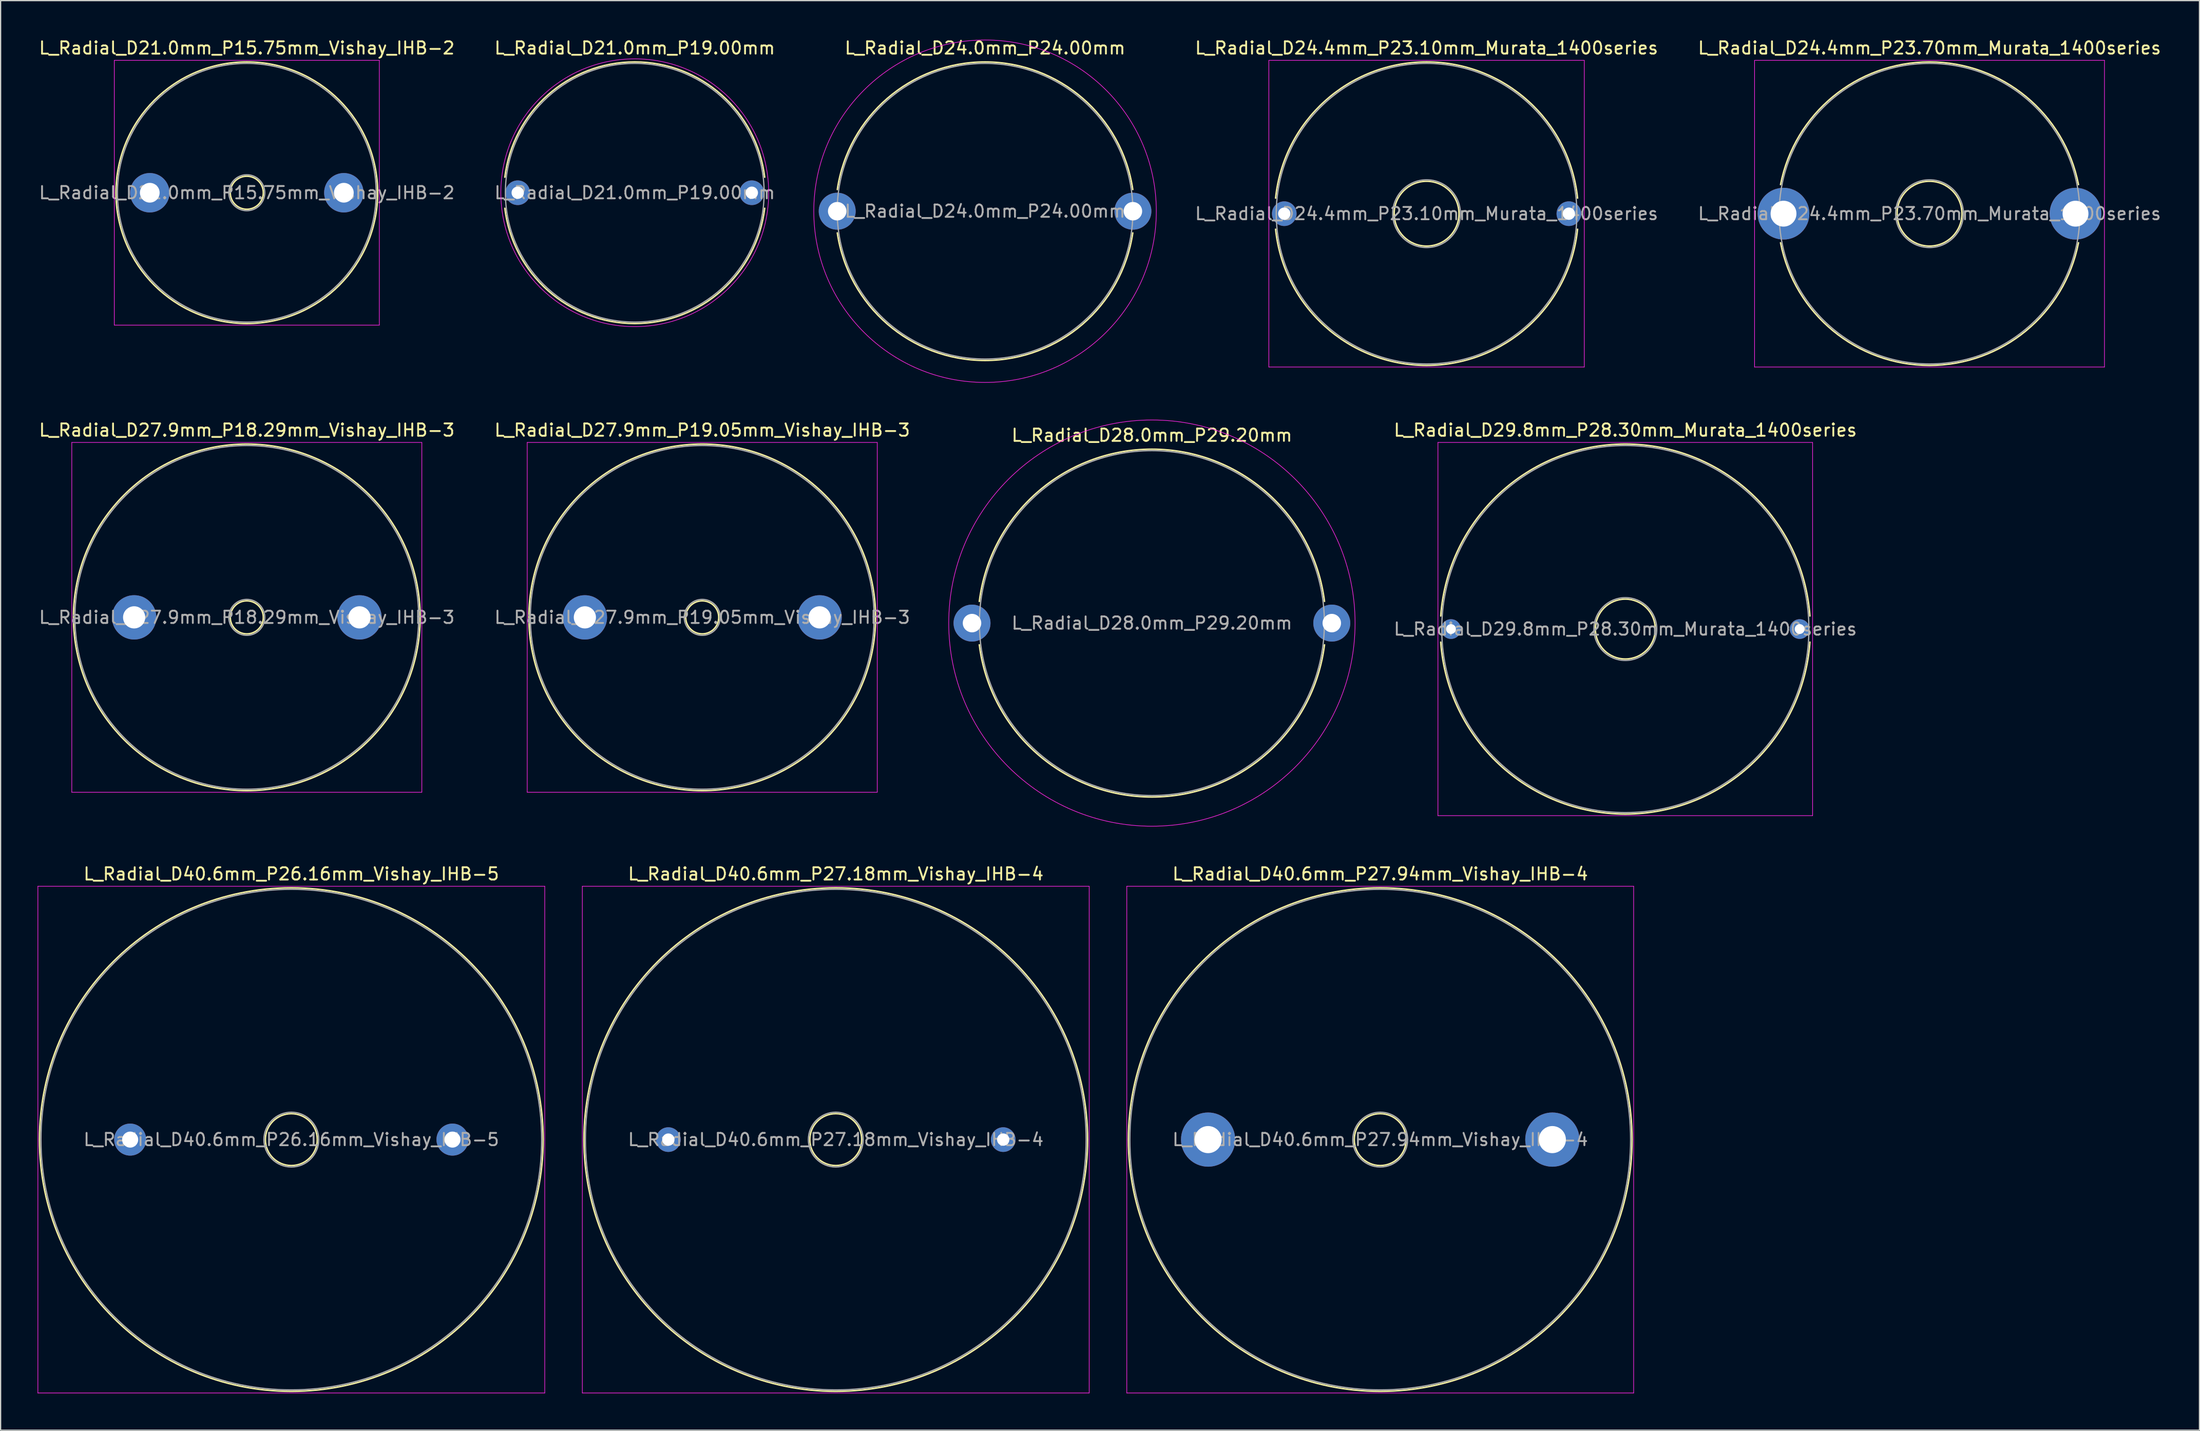
<source format=kicad_pcb>
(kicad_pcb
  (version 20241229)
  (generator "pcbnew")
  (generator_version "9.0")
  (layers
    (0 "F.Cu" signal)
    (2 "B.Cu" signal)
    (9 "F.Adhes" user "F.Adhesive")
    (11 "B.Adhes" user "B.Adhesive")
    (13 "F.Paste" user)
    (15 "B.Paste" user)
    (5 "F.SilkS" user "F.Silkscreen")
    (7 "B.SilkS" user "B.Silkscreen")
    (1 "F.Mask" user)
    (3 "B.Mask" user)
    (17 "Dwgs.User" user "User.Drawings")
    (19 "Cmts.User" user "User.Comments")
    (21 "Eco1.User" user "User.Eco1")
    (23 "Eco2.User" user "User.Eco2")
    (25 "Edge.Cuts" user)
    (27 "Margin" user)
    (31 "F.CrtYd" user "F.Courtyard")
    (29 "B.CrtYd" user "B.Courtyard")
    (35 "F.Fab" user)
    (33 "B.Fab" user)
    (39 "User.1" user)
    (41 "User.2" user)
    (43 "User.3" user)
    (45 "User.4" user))
  (footprint "L_Radial_D21.0mm_P15.75mm_Vishay_IHB-2"
    (layer "F.Cu")
    (at 9.107 12.598)
    (property "Reference" "L_Radial_D21.0mm_P15.75mm_Vishay_IHB-2" (at 7.875 -11.75 0) (layer "F.SilkS") (effects (font (size 1 1) (thickness 0.15))))
    (attr through_hole)
    (fp_circle (center 7.875 0) (end 9.215 0) (stroke (width 0.12) (type solid)) (fill no) (layer "F.SilkS"))
    (fp_circle (center 7.875 0) (end 18.495 0) (stroke (width 0.12) (type solid)) (fill no) (layer "F.SilkS"))
    (fp_line (start -2.88 -10.75) (end -2.88 10.75) (stroke (width 0.05) (type solid)) (layer "F.CrtYd"))
    (fp_line (start -2.88 10.75) (end 18.63 10.75) (stroke (width 0.05) (type solid)) (layer "F.CrtYd"))
    (fp_line (start 18.63 -10.75) (end -2.88 -10.75) (stroke (width 0.05) (type solid)) (layer "F.CrtYd"))
    (fp_line (start 18.63 10.75) (end 18.63 -10.75) (stroke (width 0.05) (type solid)) (layer "F.CrtYd"))
    (fp_circle (center 7.875 0) (end 9.335 0) (stroke (width 0.1) (type solid)) (fill no) (layer "F.Fab"))
    (fp_circle (center 7.875 0) (end 18.375 0) (stroke (width 0.1) (type solid)) (fill no) (layer "F.Fab"))
    (fp_text user "${REFERENCE}" (at 7.875 0 0) (layer "F.Fab") (effects (font (size 1 1) (thickness 0.15))))
    (pad "1" thru_hole circle (at 0 0) (size 3.2 3.2) (drill 1.6) (layers "*.Cu" "*.Mask"))
    (pad "2" thru_hole circle (at 15.75 0) (size 3.2 3.2) (drill 1.6) (layers "*.Cu" "*.Mask")))
  (footprint "L_Radial_D24.4mm_P23.70mm_Murata_1400series"
    (layer "F.Cu")
    (at 141.708 14.298)
    (property "Reference" "L_Radial_D24.4mm_P23.70mm_Murata_1400series" (at 11.85 -13.45 0) (layer "F.SilkS") (effects (font (size 1 1) (thickness 0.15))))
    (attr through_hole)
    (fp_arc (start -0.241848 -2.36) (mid 11.85 -12.32) (end 23.941848 -2.36) (stroke (width 0.12) (type solid)) (layer "F.SilkS"))
    (fp_arc (start 23.941848 2.36) (mid 11.85 12.32) (end -0.241848 2.36) (stroke (width 0.12) (type solid)) (layer "F.SilkS"))
    (fp_circle (center 11.85 0) (end 14.48 0) (stroke (width 0.12) (type solid)) (fill no) (layer "F.SilkS"))
    (fp_line (start -2.35 -12.45) (end -2.35 12.45) (stroke (width 0.05) (type solid)) (layer "F.CrtYd"))
    (fp_line (start -2.35 12.45) (end 26.05 12.45) (stroke (width 0.05) (type solid)) (layer "F.CrtYd"))
    (fp_line (start 26.05 -12.45) (end -2.35 -12.45) (stroke (width 0.05) (type solid)) (layer "F.CrtYd"))
    (fp_line (start 26.05 12.45) (end 26.05 -12.45) (stroke (width 0.05) (type solid)) (layer "F.CrtYd"))
    (fp_circle (center 11.85 0) (end 14.6 0) (stroke (width 0.1) (type solid)) (fill no) (layer "F.Fab"))
    (fp_circle (center 11.85 0) (end 24.05 0) (stroke (width 0.1) (type solid)) (fill no) (layer "F.Fab"))
    (fp_text user "${REFERENCE}" (at 11.85 0 0) (layer "F.Fab") (effects (font (size 1 1) (thickness 0.15))))
    (pad "1" thru_hole circle (at 0 0) (size 4.2 4.2) (drill 2.1) (layers "*.Cu" "*.Mask"))
    (pad "2" thru_hole circle (at 23.7 0) (size 4.2 4.2) (drill 2.1) (layers "*.Cu" "*.Mask")))
  (footprint "L_Radial_D40.6mm_P27.94mm_Vishay_IHB-4"
    (layer "F.Cu")
    (at 95.005 89.472)
    (property "Reference" "L_Radial_D40.6mm_P27.94mm_Vishay_IHB-4" (at 13.97 -21.57 0) (layer "F.SilkS") (effects (font (size 1 1) (thickness 0.15))))
    (attr through_hole)
    (fp_circle (center 13.97 0) (end 16.075 0) (stroke (width 0.12) (type solid)) (fill no) (layer "F.SilkS"))
    (fp_circle (center 13.97 0) (end 34.41 0) (stroke (width 0.12) (type solid)) (fill no) (layer "F.SilkS"))
    (fp_line (start -6.6 -20.57) (end -6.6 20.57) (stroke (width 0.05) (type solid)) (layer "F.CrtYd"))
    (fp_line (start -6.6 20.57) (end 34.54 20.57) (stroke (width 0.05) (type solid)) (layer "F.CrtYd"))
    (fp_line (start 34.54 -20.57) (end -6.6 -20.57) (stroke (width 0.05) (type solid)) (layer "F.CrtYd"))
    (fp_line (start 34.54 20.57) (end 34.54 -20.57) (stroke (width 0.05) (type solid)) (layer "F.CrtYd"))
    (fp_circle (center 13.97 0) (end 16.195 0) (stroke (width 0.1) (type solid)) (fill no) (layer "F.Fab"))
    (fp_circle (center 13.97 0) (end 34.29 0) (stroke (width 0.1) (type solid)) (fill no) (layer "F.Fab"))
    (fp_text user "${REFERENCE}" (at 13.97 0 0) (layer "F.Fab") (effects (font (size 1 1) (thickness 0.15))))
    (pad "1" thru_hole circle (at 0 0) (size 4.4 4.4) (drill 2.2) (layers "*.Cu" "*.Mask"))
    (pad "2" thru_hole circle (at 27.94 0) (size 4.4 4.4) (drill 2.2) (layers "*.Cu" "*.Mask")))
  (footprint "L_Radial_D28.0mm_P29.20mm"
    (layer "F.Cu")
    (at 75.844 47.538)
    (property "Reference" "L_Radial_D28.0mm_P29.20mm" (at 14.6 -15.25 0) (layer "F.SilkS") (effects (font (size 1 1) (thickness 0.15))))
    (attr through_hole)
    (fp_arc (start 0.590118 -1.76) (mid 14.6 -14.12) (end 28.609882 -1.76) (stroke (width 0.12) (type solid)) (layer "F.SilkS"))
    (fp_arc (start 28.609882 1.76) (mid 14.6 14.12) (end 0.590118 1.76) (stroke (width 0.12) (type solid)) (layer "F.SilkS"))
    (fp_circle (center 14.6 0) (end 31.09 0) (stroke (width 0.05) (type solid)) (fill no) (layer "F.CrtYd"))
    (fp_circle (center 14.6 0) (end 28.6 0) (stroke (width 0.1) (type solid)) (fill no) (layer "F.Fab"))
    (fp_text user "${REFERENCE}" (at 14.6 0 0) (layer "F.Fab") (effects (font (size 1 1) (thickness 0.15))))
    (pad "1" thru_hole circle (at 0 0) (size 3 3) (drill 1.5) (layers "*.Cu" "*.Mask"))
    (pad "2" thru_hole circle (at 29.2 0) (size 3 3) (drill 1.5) (layers "*.Cu" "*.Mask")))
  (footprint "L_Radial_D40.6mm_P26.16mm_Vishay_IHB-5"
    (layer "F.Cu")
    (at 7.515 89.472)
    (property "Reference" "L_Radial_D40.6mm_P26.16mm_Vishay_IHB-5" (at 13.08 -21.57 0) (layer "F.SilkS") (effects (font (size 1 1) (thickness 0.15))))
    (attr through_hole)
    (fp_circle (center 13.08 0) (end 15.185 0) (stroke (width 0.12) (type solid)) (fill no) (layer "F.SilkS"))
    (fp_circle (center 13.08 0) (end 33.52 0) (stroke (width 0.12) (type solid)) (fill no) (layer "F.SilkS"))
    (fp_line (start -7.49 -20.57) (end -7.49 20.57) (stroke (width 0.05) (type solid)) (layer "F.CrtYd"))
    (fp_line (start -7.49 20.57) (end 33.65 20.57) (stroke (width 0.05) (type solid)) (layer "F.CrtYd"))
    (fp_line (start 33.65 -20.57) (end -7.49 -20.57) (stroke (width 0.05) (type solid)) (layer "F.CrtYd"))
    (fp_line (start 33.65 20.57) (end 33.65 -20.57) (stroke (width 0.05) (type solid)) (layer "F.CrtYd"))
    (fp_circle (center 13.08 0) (end 15.305 0) (stroke (width 0.1) (type solid)) (fill no) (layer "F.Fab"))
    (fp_circle (center 13.08 0) (end 33.4 0) (stroke (width 0.1) (type solid)) (fill no) (layer "F.Fab"))
    (fp_text user "${REFERENCE}" (at 13.08 0 0) (layer "F.Fab") (effects (font (size 1 1) (thickness 0.15))))
    (pad "1" thru_hole circle (at 0 0) (size 2.6 2.6) (drill 1.3) (layers "*.Cu" "*.Mask"))
    (pad "2" thru_hole circle (at 26.16 0) (size 2.6 2.6) (drill 1.3) (layers "*.Cu" "*.Mask")))
  (footprint "L_Radial_D24.4mm_P23.10mm_Murata_1400series"
    (layer "F.Cu")
    (at 101.187 14.298)
    (property "Reference" "L_Radial_D24.4mm_P23.10mm_Murata_1400series" (at 11.55 -13.45 0) (layer "F.SilkS") (effects (font (size 1 1) (thickness 0.15))))
    (attr through_hole)
    (fp_arc (start -0.705399 -1.26) (mid 11.55 -12.32) (end 23.805399 -1.26) (stroke (width 0.12) (type solid)) (layer "F.SilkS"))
    (fp_arc (start 23.805399 1.26) (mid 11.55 12.32) (end -0.705399 1.26) (stroke (width 0.12) (type solid)) (layer "F.SilkS"))
    (fp_circle (center 11.55 0) (end 14.18 0) (stroke (width 0.12) (type solid)) (fill no) (layer "F.SilkS"))
    (fp_line (start -1.25 -12.45) (end -1.25 12.45) (stroke (width 0.05) (type solid)) (layer "F.CrtYd"))
    (fp_line (start -1.25 12.45) (end 24.35 12.45) (stroke (width 0.05) (type solid)) (layer "F.CrtYd"))
    (fp_line (start 24.35 -12.45) (end -1.25 -12.45) (stroke (width 0.05) (type solid)) (layer "F.CrtYd"))
    (fp_line (start 24.35 12.45) (end 24.35 -12.45) (stroke (width 0.05) (type solid)) (layer "F.CrtYd"))
    (fp_circle (center 11.55 0) (end 14.3 0) (stroke (width 0.1) (type solid)) (fill no) (layer "F.Fab"))
    (fp_circle (center 11.55 0) (end 23.75 0) (stroke (width 0.1) (type solid)) (fill no) (layer "F.Fab"))
    (fp_text user "${REFERENCE}" (at 11.55 0 0) (layer "F.Fab") (effects (font (size 1 1) (thickness 0.15))))
    (pad "1" thru_hole circle (at 0 0) (size 2 2) (drill 1) (layers "*.Cu" "*.Mask"))
    (pad "2" thru_hole circle (at 23.1 0) (size 2 2) (drill 1) (layers "*.Cu" "*.Mask")))
  (footprint "L_Radial_D40.6mm_P27.18mm_Vishay_IHB-4"
    (layer "F.Cu")
    (at 51.195 89.472)
    (property "Reference" "L_Radial_D40.6mm_P27.18mm_Vishay_IHB-4" (at 13.59 -21.57 0) (layer "F.SilkS") (effects (font (size 1 1) (thickness 0.15))))
    (attr through_hole)
    (fp_circle (center 13.59 0) (end 15.695 0) (stroke (width 0.12) (type solid)) (fill no) (layer "F.SilkS"))
    (fp_circle (center 13.59 0) (end 34.03 0) (stroke (width 0.12) (type solid)) (fill no) (layer "F.SilkS"))
    (fp_line (start -6.98 -20.57) (end -6.98 20.57) (stroke (width 0.05) (type solid)) (layer "F.CrtYd"))
    (fp_line (start -6.98 20.57) (end 34.16 20.57) (stroke (width 0.05) (type solid)) (layer "F.CrtYd"))
    (fp_line (start 34.16 -20.57) (end -6.98 -20.57) (stroke (width 0.05) (type solid)) (layer "F.CrtYd"))
    (fp_line (start 34.16 20.57) (end 34.16 -20.57) (stroke (width 0.05) (type solid)) (layer "F.CrtYd"))
    (fp_circle (center 13.59 0) (end 15.815 0) (stroke (width 0.1) (type solid)) (fill no) (layer "F.Fab"))
    (fp_circle (center 13.59 0) (end 33.91 0) (stroke (width 0.1) (type solid)) (fill no) (layer "F.Fab"))
    (fp_text user "${REFERENCE}" (at 13.59 0 0) (layer "F.Fab") (effects (font (size 1 1) (thickness 0.15))))
    (pad "1" thru_hole circle (at 0 0) (size 2 2) (drill 1) (layers "*.Cu" "*.Mask"))
    (pad "2" thru_hole circle (at 27.18 0) (size 2 2) (drill 1) (layers "*.Cu" "*.Mask")))
  (footprint "L_Radial_D27.9mm_P18.29mm_Vishay_IHB-3"
    (layer "F.Cu")
    (at 7.837 47.072)
    (property "Reference" "L_Radial_D27.9mm_P18.29mm_Vishay_IHB-3" (at 9.145 -15.2 0) (layer "F.SilkS") (effects (font (size 1 1) (thickness 0.15))))
    (attr through_hole)
    (fp_circle (center 9.145 0) (end 10.485 0) (stroke (width 0.12) (type solid)) (fill no) (layer "F.SilkS"))
    (fp_circle (center 9.145 0) (end 23.215 0) (stroke (width 0.12) (type solid)) (fill no) (layer "F.SilkS"))
    (fp_line (start -5.06 -14.2) (end -5.06 14.2) (stroke (width 0.05) (type solid)) (layer "F.CrtYd"))
    (fp_line (start -5.06 14.2) (end 23.35 14.2) (stroke (width 0.05) (type solid)) (layer "F.CrtYd"))
    (fp_line (start 23.35 -14.2) (end -5.06 -14.2) (stroke (width 0.05) (type solid)) (layer "F.CrtYd"))
    (fp_line (start 23.35 14.2) (end 23.35 -14.2) (stroke (width 0.05) (type solid)) (layer "F.CrtYd"))
    (fp_circle (center 9.145 0) (end 10.605 0) (stroke (width 0.1) (type solid)) (fill no) (layer "F.Fab"))
    (fp_circle (center 9.145 0) (end 23.095 0) (stroke (width 0.1) (type solid)) (fill no) (layer "F.Fab"))
    (fp_text user "${REFERENCE}" (at 9.145 0 0) (layer "F.Fab") (effects (font (size 1 1) (thickness 0.15))))
    (pad "1" thru_hole circle (at 0 0) (size 3.6 3.6) (drill 1.8) (layers "*.Cu" "*.Mask"))
    (pad "2" thru_hole circle (at 18.29 0) (size 3.6 3.6) (drill 1.8) (layers "*.Cu" "*.Mask")))
  (footprint "L_Radial_D21.0mm_P19.00mm"
    (layer "F.Cu")
    (at 38.97 12.598)
    (property "Reference" "L_Radial_D21.0mm_P19.00mm" (at 9.5 -11.75 0) (layer "F.SilkS") (effects (font (size 1 1) (thickness 0.15))))
    (attr through_hole)
    (fp_arc (start -1.044989 -1.26) (mid 9.5 -10.62) (end 20.044989 -1.26) (stroke (width 0.12) (type solid)) (layer "F.SilkS"))
    (fp_arc (start 20.044989 1.26) (mid 9.5 10.62) (end -1.044989 1.26) (stroke (width 0.12) (type solid)) (layer "F.SilkS"))
    (fp_circle (center 9.5 0) (end 20.37 0) (stroke (width 0.05) (type solid)) (fill no) (layer "F.CrtYd"))
    (fp_circle (center 9.5 0) (end 20 0) (stroke (width 0.1) (type solid)) (fill no) (layer "F.Fab"))
    (fp_text user "${REFERENCE}" (at 9.5 0 0) (layer "F.Fab") (effects (font (size 1 1) (thickness 0.15))))
    (pad "1" thru_hole circle (at 0 0) (size 2 2) (drill 1) (layers "*.Cu" "*.Mask"))
    (pad "2" thru_hole circle (at 19 0) (size 2 2) (drill 1) (layers "*.Cu" "*.Mask")))
  (footprint "L_Radial_D24.0mm_P24.00mm"
    (layer "F.Cu")
    (at 64.901 14.098)
    (property "Reference" "L_Radial_D24.0mm_P24.00mm" (at 12 -13.25 0) (layer "F.SilkS") (effects (font (size 1 1) (thickness 0.15))))
    (attr through_hole)
    (fp_arc (start 0.00847 -1.76) (mid 12 -12.12) (end 23.99153 -1.76) (stroke (width 0.12) (type solid)) (layer "F.SilkS"))
    (fp_arc (start 23.99153 1.76) (mid 12 12.12) (end 0.00847 1.76) (stroke (width 0.12) (type solid)) (layer "F.SilkS"))
    (fp_circle (center 12 0) (end 25.9 0) (stroke (width 0.05) (type solid)) (fill no) (layer "F.CrtYd"))
    (fp_circle (center 12 0) (end 24 0) (stroke (width 0.1) (type solid)) (fill no) (layer "F.Fab"))
    (fp_text user "${REFERENCE}" (at 12 0 0) (layer "F.Fab") (effects (font (size 1 1) (thickness 0.15))))
    (pad "1" thru_hole circle (at 0 0) (size 3 3) (drill 1.5) (layers "*.Cu" "*.Mask"))
    (pad "2" thru_hole circle (at 24 0) (size 3 3) (drill 1.5) (layers "*.Cu" "*.Mask")))
  (footprint "L_Radial_D29.8mm_P28.30mm_Murata_1400series"
    (layer "F.Cu")
    (at 114.719 48.022)
    (property "Reference" "L_Radial_D29.8mm_P28.30mm_Murata_1400series" (at 14.15 -16.15 0) (layer "F.SilkS") (effects (font (size 1 1) (thickness 0.15))))
    (attr through_hole)
    (fp_arc (start -0.83255 -1.06) (mid 14.15 -15.02) (end 29.13255 -1.06) (stroke (width 0.12) (type solid)) (layer "F.SilkS"))
    (fp_arc (start 29.13255 1.06) (mid 14.15 15.02) (end -0.83255 1.06) (stroke (width 0.12) (type solid)) (layer "F.SilkS"))
    (fp_circle (center 14.15 0) (end 16.58 0) (stroke (width 0.12) (type solid)) (fill no) (layer "F.SilkS"))
    (fp_line (start -1.06 -15.15) (end -1.06 15.15) (stroke (width 0.05) (type solid)) (layer "F.CrtYd"))
    (fp_line (start -1.06 15.15) (end 29.35 15.15) (stroke (width 0.05) (type solid)) (layer "F.CrtYd"))
    (fp_line (start 29.35 -15.15) (end -1.06 -15.15) (stroke (width 0.05) (type solid)) (layer "F.CrtYd"))
    (fp_line (start 29.35 15.15) (end 29.35 -15.15) (stroke (width 0.05) (type solid)) (layer "F.CrtYd"))
    (fp_circle (center 14.15 0) (end 16.7 0) (stroke (width 0.1) (type solid)) (fill no) (layer "F.Fab"))
    (fp_circle (center 14.15 0) (end 29.05 0) (stroke (width 0.1) (type solid)) (fill no) (layer "F.Fab"))
    (fp_text user "${REFERENCE}" (at 14.15 0 0) (layer "F.Fab") (effects (font (size 1 1) (thickness 0.15))))
    (pad "1" thru_hole circle (at 0 0) (size 1.6 1.6) (drill 0.8) (layers "*.Cu" "*.Mask"))
    (pad "2" thru_hole circle (at 28.3 0) (size 1.6 1.6) (drill 0.8) (layers "*.Cu" "*.Mask")))
  (footprint "L_Radial_D27.9mm_P19.05mm_Vishay_IHB-3"
    (layer "F.Cu")
    (at 44.421 47.072)
    (property "Reference" "L_Radial_D27.9mm_P19.05mm_Vishay_IHB-3" (at 9.525 -15.2 0) (layer "F.SilkS") (effects (font (size 1 1) (thickness 0.15))))
    (attr through_hole)
    (fp_circle (center 9.525 0) (end 10.865 0) (stroke (width 0.12) (type solid)) (fill no) (layer "F.SilkS"))
    (fp_circle (center 9.525 0) (end 23.595 0) (stroke (width 0.12) (type solid)) (fill no) (layer "F.SilkS"))
    (fp_line (start -4.68 -14.2) (end -4.68 14.2) (stroke (width 0.05) (type solid)) (layer "F.CrtYd"))
    (fp_line (start -4.68 14.2) (end 23.73 14.2) (stroke (width 0.05) (type solid)) (layer "F.CrtYd"))
    (fp_line (start 23.73 -14.2) (end -4.68 -14.2) (stroke (width 0.05) (type solid)) (layer "F.CrtYd"))
    (fp_line (start 23.73 14.2) (end 23.73 -14.2) (stroke (width 0.05) (type solid)) (layer "F.CrtYd"))
    (fp_circle (center 9.525 0) (end 10.985 0) (stroke (width 0.1) (type solid)) (fill no) (layer "F.Fab"))
    (fp_circle (center 9.525 0) (end 23.475 0) (stroke (width 0.1) (type solid)) (fill no) (layer "F.Fab"))
    (fp_text user "${REFERENCE}" (at 9.525 0 0) (layer "F.Fab") (effects (font (size 1 1) (thickness 0.15))))
    (pad "1" thru_hole circle (at 0 0) (size 3.6 3.6) (drill 1.8) (layers "*.Cu" "*.Mask"))
    (pad "2" thru_hole circle (at 19.05 0) (size 3.6 3.6) (drill 1.8) (layers "*.Cu" "*.Mask")))
  (gr_rect
    (start -3 -3)
    (end 175.469 113.067)
    (stroke (width 0.1) (type default))
    (fill no)
    (layer "Edge.Cuts")))
</source>
